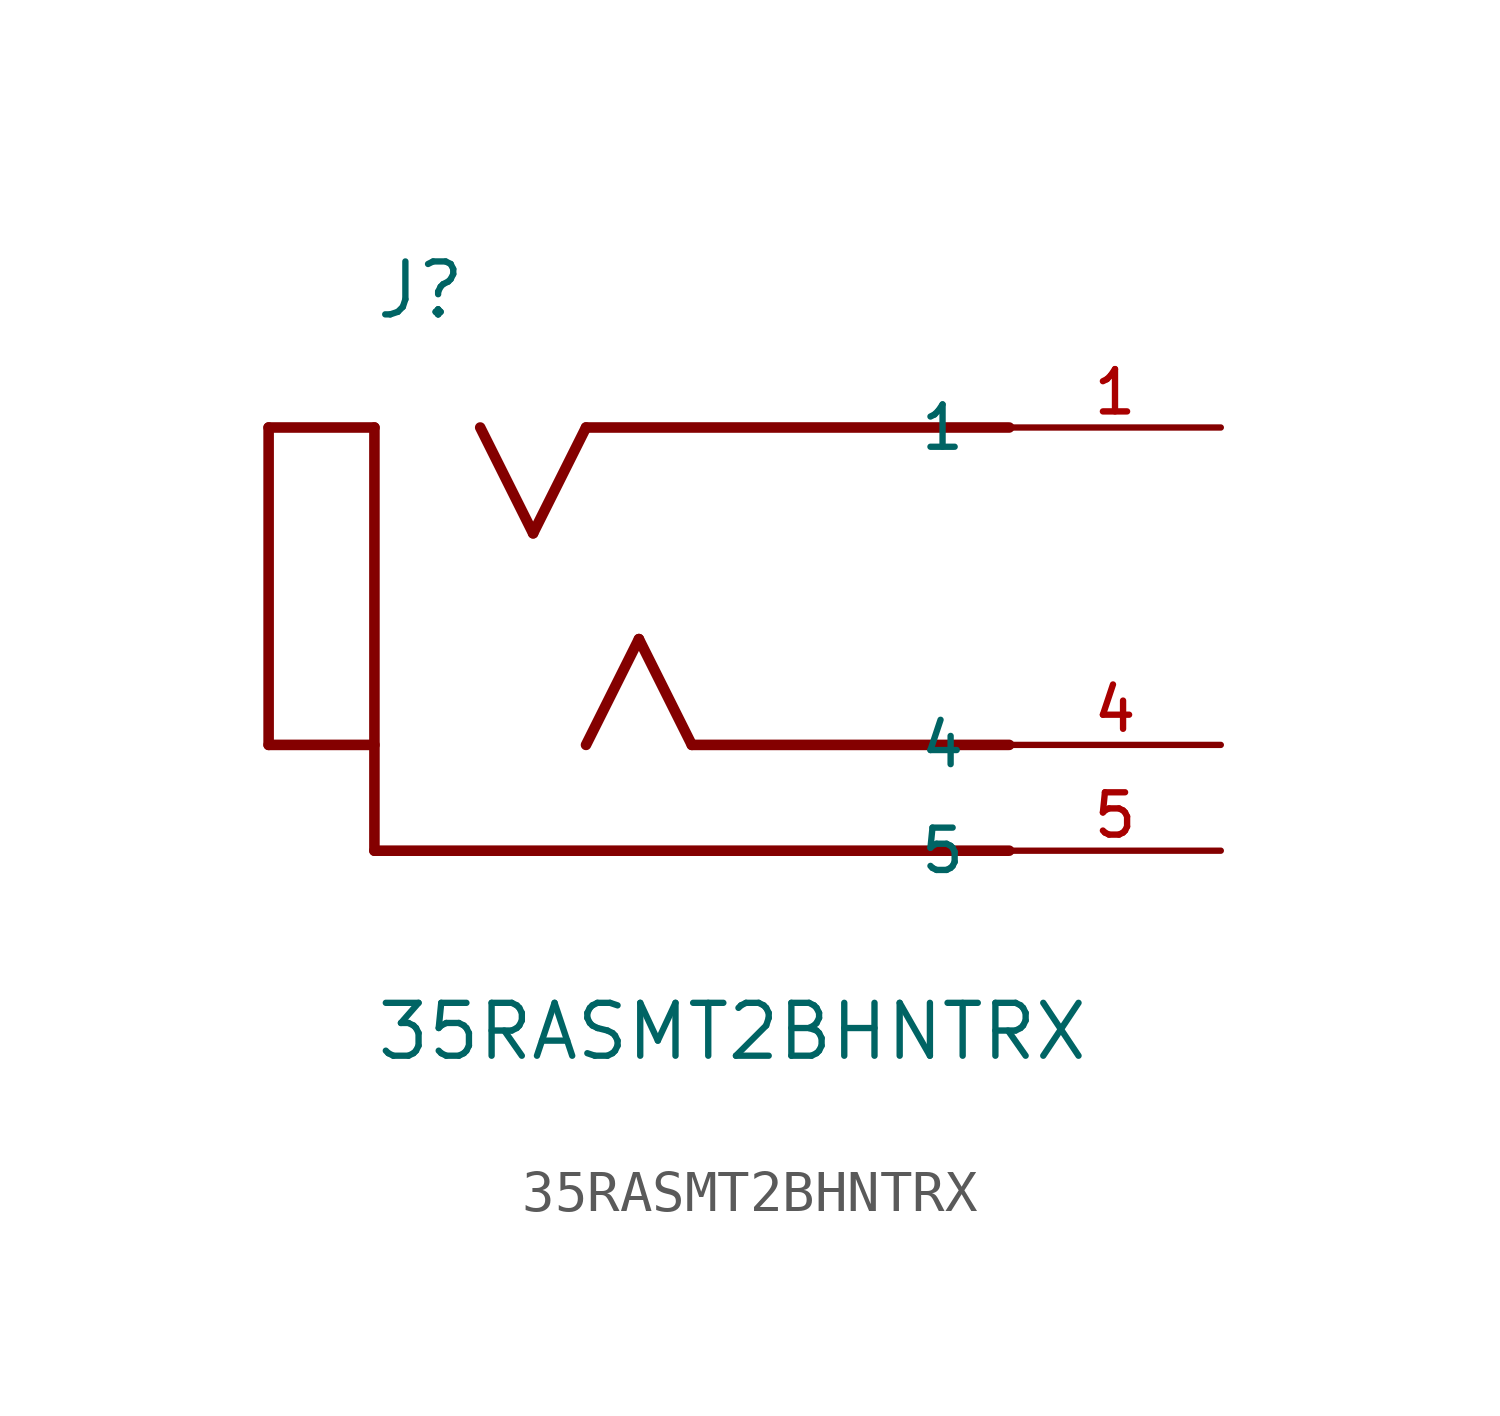
<source format=kicad_sym>
(kicad_symbol_lib
  (version 20211014)
  (generator kicad_symbol_editor)
  (symbol "35RASMT2BHNTRX"
    (pin_names
      (offset 1.016))
    (property "Reference" "J"
      (at -12.722 7.633 0)
      (effects (font (size 1.27 1.27)) (justify bottom left)))
    (property "Value" "35RASMT2BHNTRX"
      (at -12.708 -10.166 0)
      (effects (font (size 1.27 1.27)) (justify bottom left)))
    (symbol "35RASMT2BHNTRX_0_0"
      (polyline (pts (xy -10.16 5.08) (xy -8.89 2.54)) (stroke (width 0.254)))
      (polyline (pts (xy -8.89 2.54) (xy -7.62 5.08)) (stroke (width 0.254)))
      (polyline (pts (xy -7.62 5.08) (xy 2.54 5.08)) (stroke (width 0.254)))
      (polyline (pts (xy -6.35 0.0) (xy -7.62 -2.54)) (stroke (width 0.254)))
      (polyline (pts (xy -6.35 0.0) (xy -5.08 -2.54)) (stroke (width 0.254)))
      (polyline (pts (xy -5.08 -2.54) (xy 2.54 -2.54)) (stroke (width 0.254)))
      (polyline (pts (xy -12.7 5.08) (xy -12.7 -5.08)) (stroke (width 0.254)))
      (polyline (pts (xy -12.7 -5.08) (xy 2.54 -5.08)) (stroke (width 0.254)))
      (polyline (pts (xy -12.7 5.08) (xy -15.24 5.08)) (stroke (width 0.254)))
      (polyline (pts (xy -15.24 5.08) (xy -15.24 -2.54)) (stroke (width 0.254)))
      (polyline (pts (xy -15.24 -2.54) (xy -12.7 -2.54)) (stroke (width 0.254)))
      (pin passive line (at 7.62 5.08 180.0) (length 5.08) (name "1" (effects (font (size 1.016 1.016)))) (number "1" (effects (font (size 1.016 1.016)))))
      (pin passive line (at 7.62 -2.54 180.0) (length 5.08) (name "4" (effects (font (size 1.016 1.016)))) (number "4" (effects (font (size 1.016 1.016)))))
      (pin passive line (at 7.62 -5.08 180.0) (length 5.08) (name "5" (effects (font (size 1.016 1.016)))) (number "5" (effects (font (size 1.016 1.016))))))))
</source>
